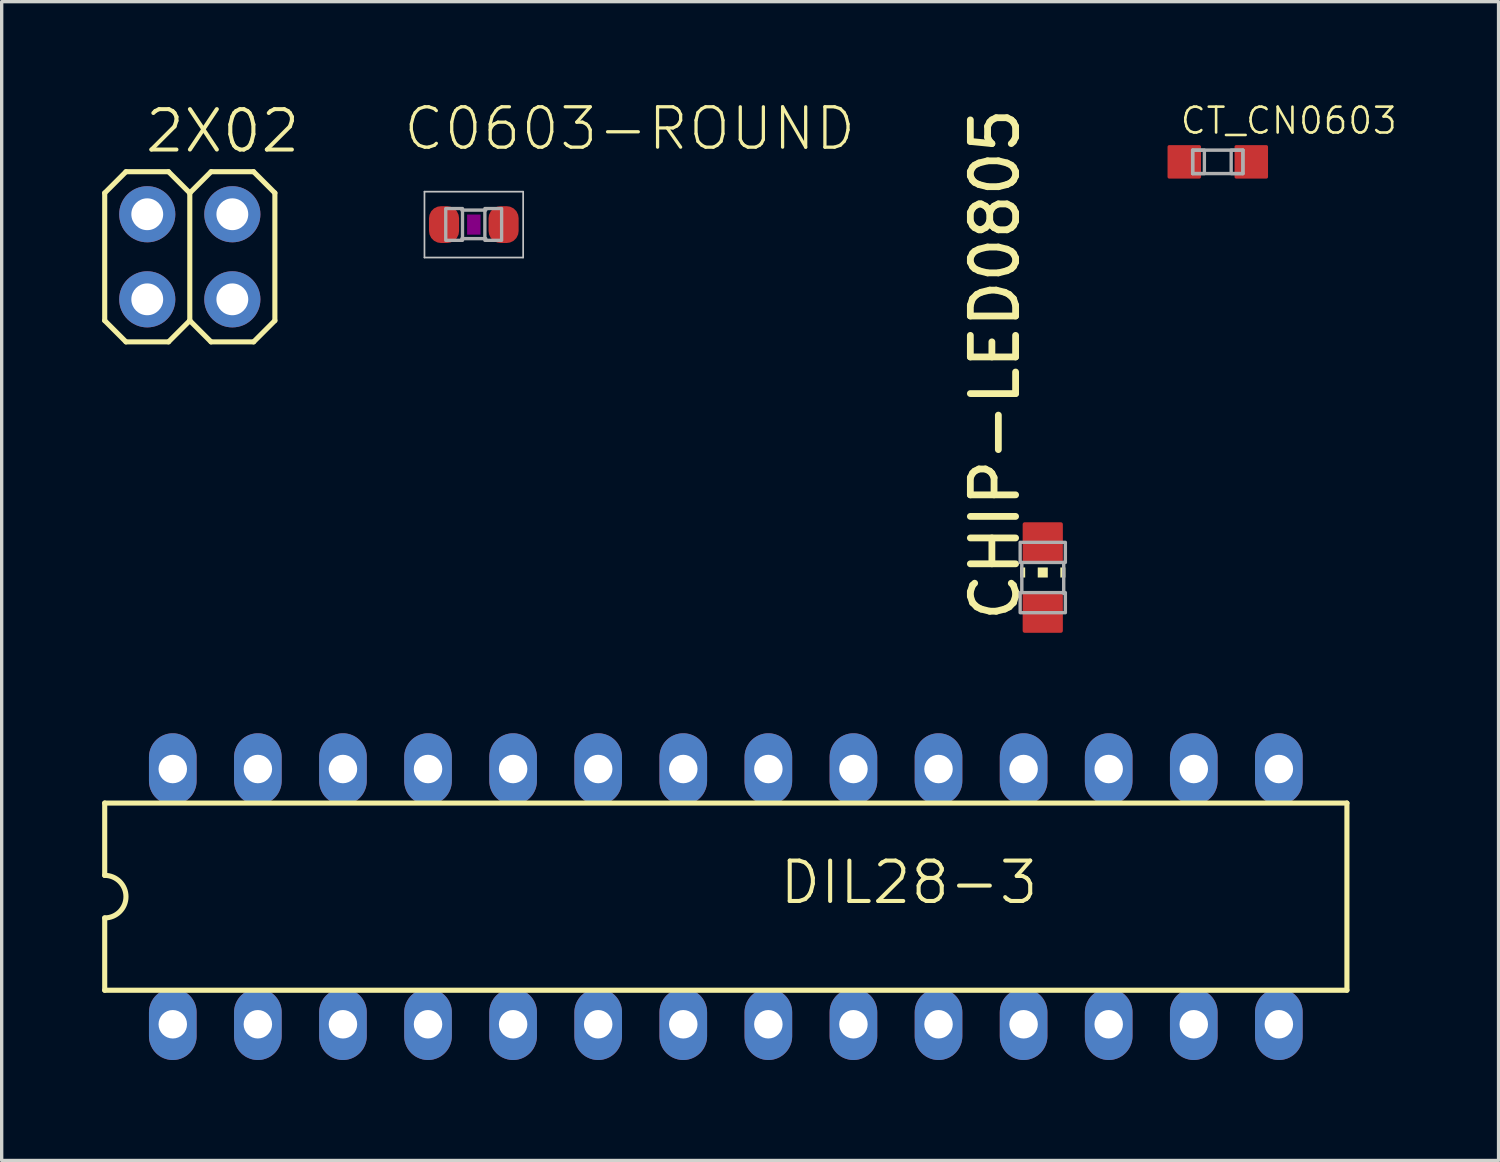
<source format=kicad_pcb>
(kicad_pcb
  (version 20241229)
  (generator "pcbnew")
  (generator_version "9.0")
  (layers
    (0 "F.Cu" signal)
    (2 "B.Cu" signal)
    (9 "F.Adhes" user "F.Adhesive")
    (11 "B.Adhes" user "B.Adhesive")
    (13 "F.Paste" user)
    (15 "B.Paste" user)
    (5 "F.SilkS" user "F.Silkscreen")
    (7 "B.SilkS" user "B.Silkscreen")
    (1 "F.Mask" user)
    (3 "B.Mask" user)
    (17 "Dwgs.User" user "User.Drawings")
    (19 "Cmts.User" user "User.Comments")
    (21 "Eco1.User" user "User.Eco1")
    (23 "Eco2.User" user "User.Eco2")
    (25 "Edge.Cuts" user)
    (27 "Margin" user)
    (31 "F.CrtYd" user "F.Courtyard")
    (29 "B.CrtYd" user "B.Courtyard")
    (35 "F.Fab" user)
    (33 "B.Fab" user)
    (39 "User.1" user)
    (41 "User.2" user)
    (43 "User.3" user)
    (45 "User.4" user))
  (footprint "CT_CN0603"
    (layer "F.Cu")
    (at 33.305 1.782)
    (property "Reference" "CT_CN0603" (at -1.167 -0.778 180) (layer "F.SilkS") (effects (font (size 0.772 0.772) (thickness 0.077)) (justify left bottom)))
    (attr through_hole)
    (fp_line (start -0.75 -0.35) (end 0.75 -0.35) (stroke (width 0.102) (type solid)) (layer "F.Fab"))
    (fp_line (start -0.75 0.35) (end -0.75 -0.35) (stroke (width 0.102) (type solid)) (layer "F.Fab"))
    (fp_line (start 0.75 -0.35) (end 0.75 0.35) (stroke (width 0.102) (type solid)) (layer "F.Fab"))
    (fp_line (start 0.75 0.35) (end -0.75 0.35) (stroke (width 0.102) (type solid)) (layer "F.Fab"))
    (fp_poly (pts (xy -0.75 0.35) (xy -0.4 0.35) (xy -0.4 -0.35) (xy -0.75 -0.35)) (stroke (width 0.1) (type solid)) (fill no) (layer "F.Fab"))
    (fp_poly (pts (xy 0.75 -0.35) (xy 0.4 -0.35) (xy 0.4 0.35) (xy 0.75 0.35)) (stroke (width 0.1) (type solid)) (fill no) (layer "F.Fab"))
    (pad "1" smd roundrect (at -1 0) (size 1 1) (layers "F.Cu" "F.Mask" "F.Paste") (roundrect_rratio 0.051))
    (pad "2" smd roundrect (at 1 0) (size 1 1) (layers "F.Cu" "F.Mask" "F.Paste") (roundrect_rratio 0.051)))
  (footprint "CHIP-LED0805"
    (layer "F.Cu")
    (at 28.08 14.191)
    (property "Reference" "CHIP-LED0805" (at -0.635 1.397 90) (layer "F.SilkS") (effects (font (size 1.351 1.351) (thickness 0.203)) (justify left bottom)))
    (attr through_hole)
    (fp_poly (pts (xy -0.675 0) (xy -0.525 0) (xy -0.525 -0.3) (xy -0.675 -0.3)) (stroke (width 0) (type solid)) (fill yes) (layer "F.SilkS"))
    (fp_poly (pts (xy -0.15 0) (xy 0.15 0) (xy 0.15 -0.3) (xy -0.15 -0.3)) (stroke (width 0) (type solid)) (fill yes) (layer "F.SilkS"))
    (fp_poly (pts (xy 0.525 0) (xy 0.675 0) (xy 0.675 -0.3) (xy 0.525 -0.3)) (stroke (width 0) (type solid)) (fill yes) (layer "F.SilkS"))
    (fp_line (start -0.625 -0.45) (end -0.625 0.45) (stroke (width 0.102) (type solid)) (layer "F.Fab"))
    (fp_line (start 0.625 -0.45) (end 0.625 0.475) (stroke (width 0.102) (type solid)) (layer "F.Fab"))
    (fp_poly (pts (xy -0.675 -0.45) (xy 0.675 -0.45) (xy 0.675 -1.05) (xy -0.675 -1.05)) (stroke (width 0.1) (type solid)) (fill no) (layer "F.Fab"))
    (fp_poly (pts (xy -0.675 1.05) (xy 0.675 1.05) (xy 0.675 0.45) (xy -0.675 0.45)) (stroke (width 0.1) (type solid)) (fill no) (layer "F.Fab"))
    (pad "1" smd roundrect (at 0 -1.05) (size 1.2 1.2) (layers "F.Cu" "F.Mask" "F.Paste") (roundrect_rratio 0.05))
    (pad "2" smd roundrect (at 0 1.05) (size 1.2 1.2) (layers "F.Cu" "F.Mask" "F.Paste") (roundrect_rratio 0.05)))
  (footprint "C0603-ROUND"
    (layer "F.Cu")
    (at 11.095 3.655)
    (property "Reference" "C0603-ROUND" (at -2.159 -2.159 180) (layer "F.SilkS") (effects (font (size 1.206 1.206) (thickness 0.097)) (justify left bottom)))
    (attr through_hole)
    (fp_poly (pts (xy -0.2 0.3) (xy 0.2 0.3) (xy 0.2 -0.3) (xy -0.2 -0.3)) (stroke (width 0) (type solid)) (fill yes) (layer "F.Adhes"))
    (fp_line (start -1.473 -0.983) (end 1.473 -0.983) (stroke (width 0.051) (type solid)) (layer "Dwgs.User"))
    (fp_line (start -1.473 0.983) (end -1.473 -0.983) (stroke (width 0.051) (type solid)) (layer "Dwgs.User"))
    (fp_line (start 1.473 -0.983) (end 1.473 0.983) (stroke (width 0.051) (type solid)) (layer "Dwgs.User"))
    (fp_line (start 1.473 0.983) (end -1.473 0.983) (stroke (width 0.051) (type solid)) (layer "Dwgs.User"))
    (fp_line (start -0.356 -0.432) (end 0.356 -0.432) (stroke (width 0.102) (type solid)) (layer "F.Fab"))
    (fp_line (start -0.356 0.419) (end 0.356 0.419) (stroke (width 0.102) (type solid)) (layer "F.Fab"))
    (fp_poly (pts (xy -0.838 0.47) (xy -0.338 0.47) (xy -0.338 -0.48) (xy -0.838 -0.48)) (stroke (width 0.1) (type solid)) (fill no) (layer "F.Fab"))
    (fp_poly (pts (xy 0.33 0.47) (xy 0.83 0.47) (xy 0.83 -0.48) (xy 0.33 -0.48)) (stroke (width 0.1) (type solid)) (fill no) (layer "F.Fab"))
    (pad "1" smd roundrect (at -0.889 0 90) (size 1.1 0.898) (layers "F.Cu" "F.Mask" "F.Paste") (roundrect_rratio 0.4))
    (pad "2" smd roundrect (at 0.889 0 90) (size 1.1 0.898) (layers "F.Cu" "F.Mask" "F.Paste") (roundrect_rratio 0.4)))
  (footprint "DIL28-3"
    (layer "F.Cu")
    (at 18.618 23.718)
    (property "Reference" "DIL28-3" (at 1.542 0.283 180) (layer "F.SilkS") (effects (font (size 1.206 1.206) (thickness 0.121)) (justify left bottom)))
    (attr through_hole)
    (fp_line (start -18.542 -2.794) (end -18.542 -0.635) (stroke (width 0.152) (type solid)) (layer "F.SilkS"))
    (fp_line (start -18.542 -2.794) (end 18.542 -2.794) (stroke (width 0.152) (type solid)) (layer "F.SilkS"))
    (fp_line (start -18.542 0.635) (end -18.542 2.794) (stroke (width 0.152) (type solid)) (layer "F.SilkS"))
    (fp_line (start -18.542 2.794) (end 18.542 2.794) (stroke (width 0.152) (type solid)) (layer "F.SilkS"))
    (fp_line (start 18.542 -2.794) (end 18.542 2.794) (stroke (width 0.152) (type solid)) (layer "F.SilkS"))
    (fp_arc (start -18.542 -0.635) (mid -17.907 0) (end -18.542 0.635) (stroke (width 0.1524) (type solid)) (layer "F.SilkS"))
    (pad "1" thru_hole oval (at -16.51 3.81 90) (size 2.134 1.422) (drill 0.85) (layers "*.Cu" "*.Mask"))
    (pad "2" thru_hole oval (at -13.97 3.81 90) (size 2.134 1.422) (drill 0.85) (layers "*.Cu" "*.Mask"))
    (pad "3" thru_hole oval (at -11.43 3.81 90) (size 2.134 1.422) (drill 0.85) (layers "*.Cu" "*.Mask"))
    (pad "4" thru_hole oval (at -8.89 3.81 90) (size 2.134 1.422) (drill 0.85) (layers "*.Cu" "*.Mask"))
    (pad "5" thru_hole oval (at -6.35 3.81 90) (size 2.134 1.422) (drill 0.85) (layers "*.Cu" "*.Mask"))
    (pad "6" thru_hole oval (at -3.81 3.81 90) (size 2.134 1.422) (drill 0.85) (layers "*.Cu" "*.Mask"))
    (pad "7" thru_hole oval (at -1.27 3.81 90) (size 2.134 1.422) (drill 0.85) (layers "*.Cu" "*.Mask"))
    (pad "8" thru_hole oval (at 1.27 3.81 90) (size 2.134 1.422) (drill 0.85) (layers "*.Cu" "*.Mask"))
    (pad "9" thru_hole oval (at 3.81 3.81 90) (size 2.134 1.422) (drill 0.85) (layers "*.Cu" "*.Mask"))
    (pad "10" thru_hole oval (at 6.35 3.81 90) (size 2.134 1.422) (drill 0.85) (layers "*.Cu" "*.Mask"))
    (pad "11" thru_hole oval (at 8.89 3.81 90) (size 2.134 1.422) (drill 0.85) (layers "*.Cu" "*.Mask"))
    (pad "12" thru_hole oval (at 11.43 3.81 90) (size 2.134 1.422) (drill 0.85) (layers "*.Cu" "*.Mask"))
    (pad "13" thru_hole oval (at 13.97 3.81 90) (size 2.134 1.422) (drill 0.85) (layers "*.Cu" "*.Mask"))
    (pad "14" thru_hole oval (at 16.51 3.81 90) (size 2.134 1.422) (drill 0.85) (layers "*.Cu" "*.Mask"))
    (pad "15" thru_hole oval (at 16.51 -3.81 90) (size 2.134 1.422) (drill 0.85) (layers "*.Cu" "*.Mask"))
    (pad "16" thru_hole oval (at 13.97 -3.81 90) (size 2.134 1.422) (drill 0.85) (layers "*.Cu" "*.Mask"))
    (pad "17" thru_hole oval (at 11.43 -3.81 90) (size 2.134 1.422) (drill 0.85) (layers "*.Cu" "*.Mask"))
    (pad "18" thru_hole oval (at 8.89 -3.81 90) (size 2.134 1.422) (drill 0.85) (layers "*.Cu" "*.Mask"))
    (pad "19" thru_hole oval (at 6.35 -3.81 90) (size 2.134 1.422) (drill 0.85) (layers "*.Cu" "*.Mask"))
    (pad "20" thru_hole oval (at 3.81 -3.81 90) (size 2.134 1.422) (drill 0.85) (layers "*.Cu" "*.Mask"))
    (pad "21" thru_hole oval (at 1.27 -3.81 90) (size 2.134 1.422) (drill 0.85) (layers "*.Cu" "*.Mask"))
    (pad "22" thru_hole oval (at -1.27 -3.81 90) (size 2.134 1.422) (drill 0.85) (layers "*.Cu" "*.Mask"))
    (pad "23" thru_hole oval (at -3.81 -3.81 90) (size 2.134 1.422) (drill 0.85) (layers "*.Cu" "*.Mask"))
    (pad "24" thru_hole oval (at -6.35 -3.81 90) (size 2.134 1.422) (drill 0.85) (layers "*.Cu" "*.Mask"))
    (pad "25" thru_hole oval (at -8.89 -3.81 90) (size 2.134 1.422) (drill 0.85) (layers "*.Cu" "*.Mask"))
    (pad "26" thru_hole oval (at -11.43 -3.81 90) (size 2.134 1.422) (drill 0.85) (layers "*.Cu" "*.Mask"))
    (pad "27" thru_hole oval (at -13.97 -3.81 90) (size 2.134 1.422) (drill 0.85) (layers "*.Cu" "*.Mask"))
    (pad "28" thru_hole oval (at -16.51 -3.81 90) (size 2.134 1.422) (drill 0.85) (layers "*.Cu" "*.Mask")))
  (footprint "2X02"
    (layer "F.Cu")
    (at 2.616 4.616)
    (property "Reference" "2X02" (at -1.397 -3.048 0) (layer "F.SilkS") (effects (font (size 1.206 1.206) (thickness 0.121)) (justify left bottom)))
    (attr through_hole)
    (fp_line (start -2.54 -1.905) (end -1.905 -2.54) (stroke (width 0.152) (type solid)) (layer "F.SilkS"))
    (fp_line (start -2.54 1.905) (end -2.54 -1.905) (stroke (width 0.152) (type solid)) (layer "F.SilkS"))
    (fp_line (start -2.54 1.905) (end -1.905 2.54) (stroke (width 0.152) (type solid)) (layer "F.SilkS"))
    (fp_line (start -1.905 -2.54) (end -0.635 -2.54) (stroke (width 0.152) (type solid)) (layer "F.SilkS"))
    (fp_line (start -1.905 2.54) (end -0.635 2.54) (stroke (width 0.152) (type solid)) (layer "F.SilkS"))
    (fp_line (start -0.635 -2.54) (end 0 -1.905) (stroke (width 0.152) (type solid)) (layer "F.SilkS"))
    (fp_line (start -0.635 2.54) (end 0 1.905) (stroke (width 0.152) (type solid)) (layer "F.SilkS"))
    (fp_line (start 0 -1.905) (end 0 1.905) (stroke (width 0.152) (type solid)) (layer "F.SilkS"))
    (fp_line (start 0 -1.905) (end 0.635 -2.54) (stroke (width 0.152) (type solid)) (layer "F.SilkS"))
    (fp_line (start 0 1.905) (end 0.635 2.54) (stroke (width 0.152) (type solid)) (layer "F.SilkS"))
    (fp_line (start 0.635 -2.54) (end 1.905 -2.54) (stroke (width 0.152) (type solid)) (layer "F.SilkS"))
    (fp_line (start 0.635 2.54) (end 1.905 2.54) (stroke (width 0.152) (type solid)) (layer "F.SilkS"))
    (fp_line (start 1.905 -2.54) (end 2.54 -1.905) (stroke (width 0.152) (type solid)) (layer "F.SilkS"))
    (fp_line (start 1.905 2.54) (end 2.54 1.905) (stroke (width 0.152) (type solid)) (layer "F.SilkS"))
    (fp_line (start 2.54 -1.905) (end 2.54 1.905) (stroke (width 0.152) (type solid)) (layer "F.SilkS"))
    (fp_poly (pts (xy -1.524 -1.016) (xy -1.016 -1.016) (xy -1.016 -1.524) (xy -1.524 -1.524)) (stroke (width 0.1) (type solid)) (fill no) (layer "F.Fab"))
    (fp_poly (pts (xy -1.524 1.524) (xy -1.016 1.524) (xy -1.016 1.016) (xy -1.524 1.016)) (stroke (width 0.1) (type solid)) (fill no) (layer "F.Fab"))
    (fp_poly (pts (xy 1.016 -1.016) (xy 1.524 -1.016) (xy 1.524 -1.524) (xy 1.016 -1.524)) (stroke (width 0.1) (type solid)) (fill no) (layer "F.Fab"))
    (fp_poly (pts (xy 1.016 1.524) (xy 1.524 1.524) (xy 1.524 1.016) (xy 1.016 1.016)) (stroke (width 0.1) (type solid)) (fill no) (layer "F.Fab"))
    (pad "1" thru_hole circle (at -1.27 1.27) (size 1.676 1.676) (drill 0.95) (layers "*.Cu" "*.Mask"))
    (pad "2" thru_hole circle (at -1.27 -1.27) (size 1.676 1.676) (drill 0.95) (layers "*.Cu" "*.Mask"))
    (pad "3" thru_hole circle (at 1.27 1.27) (size 1.676 1.676) (drill 0.95) (layers "*.Cu" "*.Mask"))
    (pad "4" thru_hole circle (at 1.27 -1.27) (size 1.676 1.676) (drill 0.95) (layers "*.Cu" "*.Mask")))
  (gr_rect
    (start -3 -3)
    (end 41.687 31.595)
    (stroke (width 0.1) (type default))
    (fill no)
    (layer "Edge.Cuts")))
</source>
